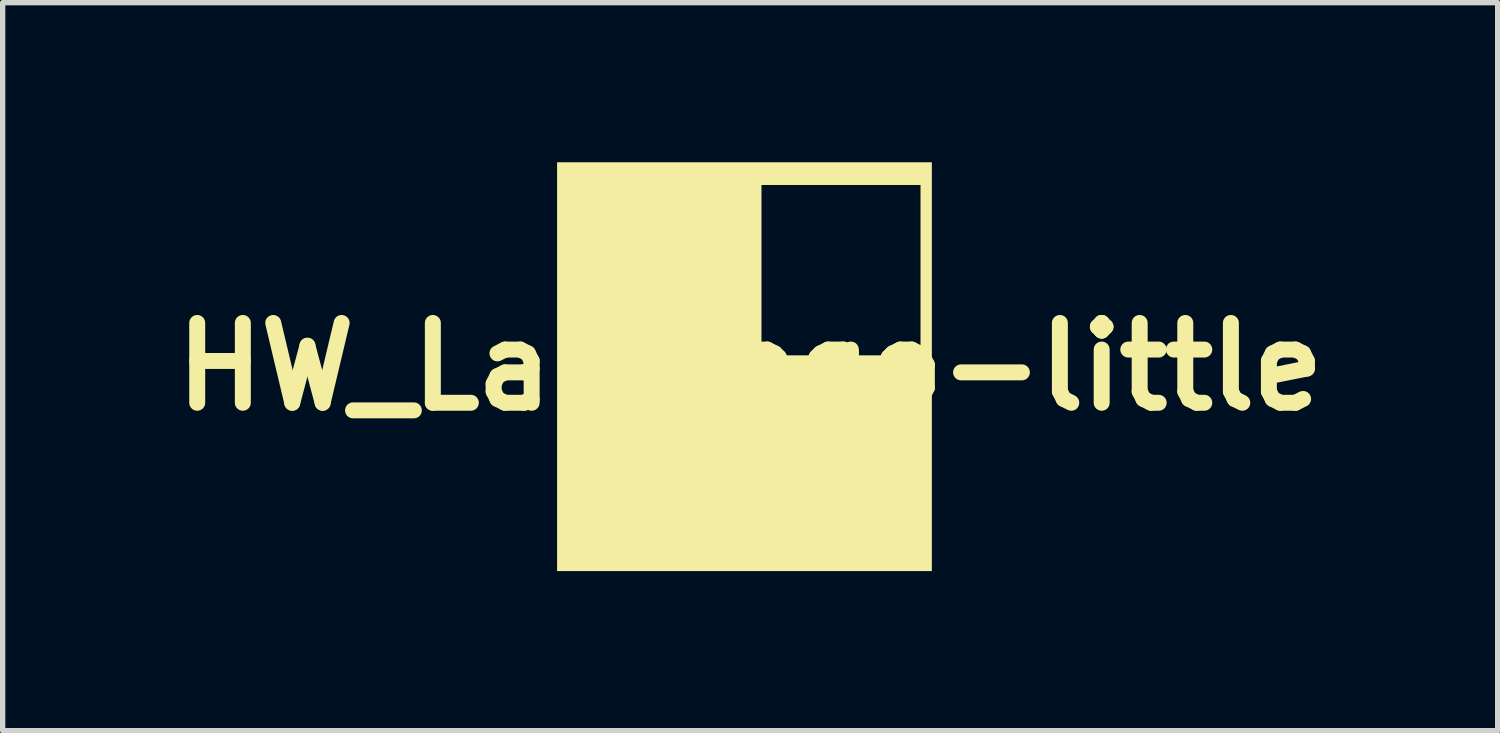
<source format=kicad_pcb>
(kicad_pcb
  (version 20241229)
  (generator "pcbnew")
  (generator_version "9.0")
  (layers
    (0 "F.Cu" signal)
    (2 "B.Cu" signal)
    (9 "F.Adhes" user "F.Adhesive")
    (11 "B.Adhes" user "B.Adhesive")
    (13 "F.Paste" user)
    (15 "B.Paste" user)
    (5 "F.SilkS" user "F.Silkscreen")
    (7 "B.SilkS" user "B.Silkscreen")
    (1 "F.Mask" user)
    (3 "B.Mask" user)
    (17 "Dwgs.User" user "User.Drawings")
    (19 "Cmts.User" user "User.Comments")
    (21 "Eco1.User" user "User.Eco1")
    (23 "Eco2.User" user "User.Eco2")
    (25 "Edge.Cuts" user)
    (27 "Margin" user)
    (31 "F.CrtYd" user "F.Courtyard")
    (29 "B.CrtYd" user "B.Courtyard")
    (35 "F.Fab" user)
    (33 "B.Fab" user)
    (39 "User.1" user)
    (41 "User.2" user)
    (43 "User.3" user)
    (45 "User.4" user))
  (footprint "HW_Lab_logo-little"
    (layer "F.Cu")
    (at 11.05 3.842)
    (property "Reference" "HW_Lab_logo-little" (at 0 0 0) (layer "F.SilkS") (effects (font (size 1.5 1.5) (thickness 0.3))))
    (attr board_only exclude_from_pos_files exclude_from_bom)
    (fp_poly (pts (xy 3.415 0) (xy 3.415 3.842) (xy -0.107 3.842) (xy -3.629 3.842) (xy -3.629 0) (xy -3.629 -1.814) (xy 0.213 -1.814) (xy 0.213 -0.213) (xy 1.708 -0.213) (xy 3.202 -0.213) (xy 3.202 -1.814) (xy 3.202 -3.415) (xy 1.708 -3.415) (xy 0.213 -3.415) (xy 0.213 -1.814) (xy -3.629 -1.814) (xy -3.629 -3.842) (xy -0.107 -3.842) (xy 3.415 -3.842)) (stroke (width 0) (type solid)) (fill yes) (layer "F.SilkS")))
  (gr_rect
    (start -3 -3)
    (end 25.1 10.684)
    (stroke (width 0.1) (type default))
    (fill no)
    (layer "Edge.Cuts")))
</source>
